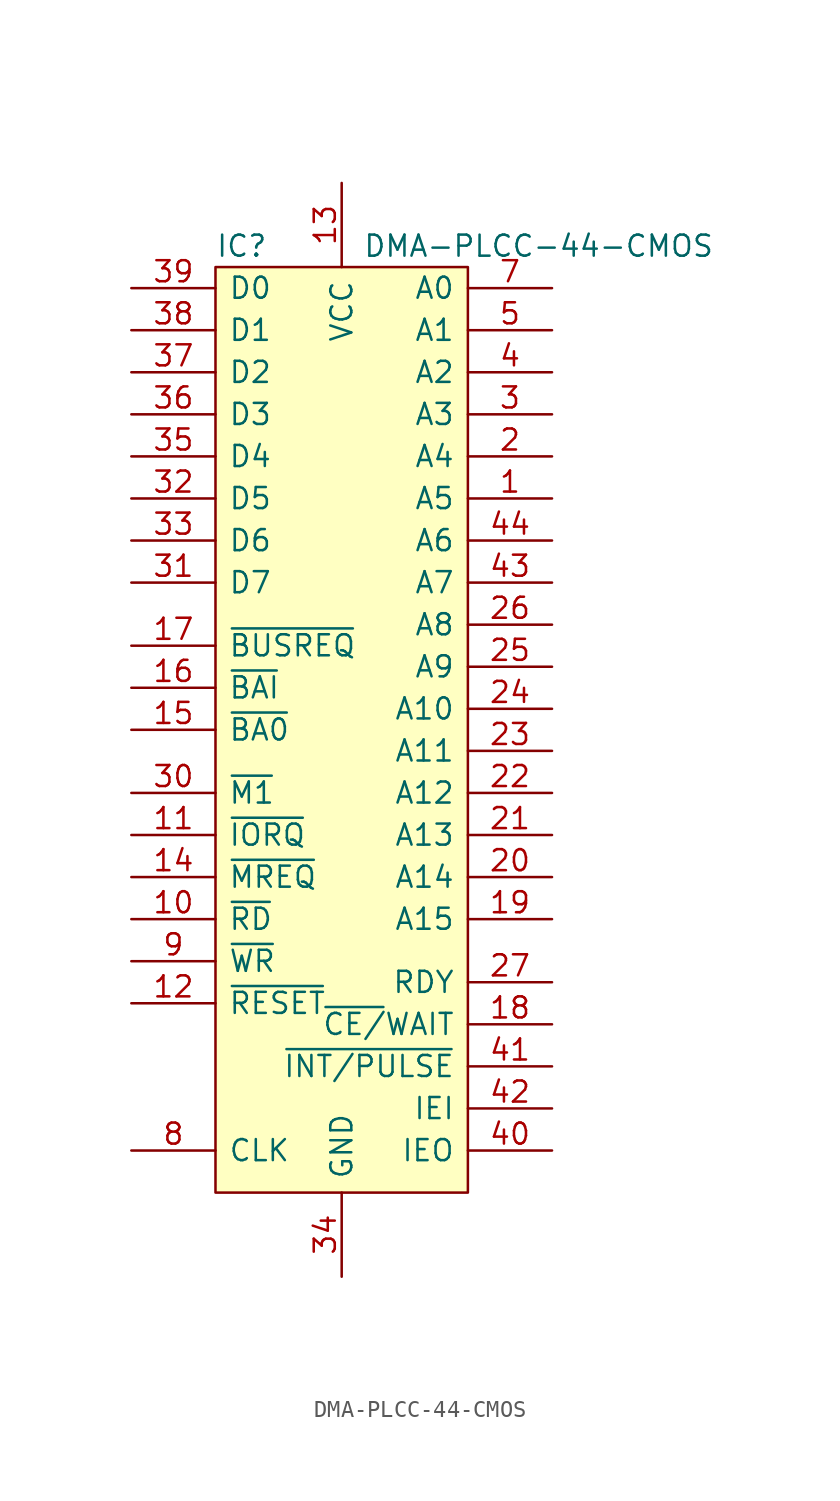
<source format=kicad_sym>
(kicad_symbol_lib
  (version 20211014)
  (generator kicad_symbol_editor)
  (symbol "DMA-PLCC-44-CMOS"
    (pin_names
      (offset 0.762))
    (property "Reference" "IC"
      (at 0 1.27 0)
      (effects (font (size 1.27 1.27)) (justify left)))
    (property "Value" "DMA-PLCC-44-CMOS"
      (at 8.89 1.27 0)
      (effects (font (size 1.27 1.27)) (justify left)))
    (symbol "DMA-PLCC-44-CMOS_0_0"
      (pin input line (at -5.08 -44.45 0) (length 5.08) (name "~{RESET}" (effects (font (size 1.27 1.27)))) (number "12" (effects (font (size 1.27 1.27)))))
      (pin no_connect line (at -2.54 -50.8 0) (length 2.54) hide (name "NC" (effects (font (size 1.27 1.27)))) (number "28" (effects (font (size 1.27 1.27)))))
      (pin no_connect line (at -2.54 -48.26 0) (length 2.54) hide (name "NC" (effects (font (size 1.27 1.27)))) (number "29" (effects (font (size 1.27 1.27))))))
    (symbol "DMA-PLCC-44-CMOS_1_1"
      (rectangle (start 0 0) (end 15.24 -55.88) (stroke (width 0) (type default) (color 0 0 0 0)) (fill (type background)))
      (pin bidirectional line (at 20.32 -13.97 180) (length 5.08) (name "A5" (effects (font (size 1.27 1.27)))) (number "1" (effects (font (size 1.27 1.27)))))
      (pin bidirectional line (at -5.08 -39.37 0) (length 5.08) (name "~{RD}" (effects (font (size 1.27 1.27)))) (number "10" (effects (font (size 1.27 1.27)))))
      (pin bidirectional line (at -5.08 -34.29 0) (length 5.08) (name "~{IORQ}" (effects (font (size 1.27 1.27)))) (number "11" (effects (font (size 1.27 1.27)))))
      (pin power_in line (at 7.62 5.08 270) (length 5.08) (name "VCC" (effects (font (size 1.27 1.27)))) (number "13" (effects (font (size 1.27 1.27)))))
      (pin bidirectional line (at -5.08 -36.83 0) (length 5.08) (name "~{MREQ}" (effects (font (size 1.27 1.27)))) (number "14" (effects (font (size 1.27 1.27)))))
      (pin output line (at -5.08 -27.94 0) (length 5.08) (name "~{BA0}" (effects (font (size 1.27 1.27)))) (number "15" (effects (font (size 1.27 1.27)))))
      (pin input line (at -5.08 -25.4 0) (length 5.08) (name "~{BAI}" (effects (font (size 1.27 1.27)))) (number "16" (effects (font (size 1.27 1.27)))))
      (pin bidirectional line (at -5.08 -22.86 0) (length 5.08) (name "~{BUSREQ}" (effects (font (size 1.27 1.27)))) (number "17" (effects (font (size 1.27 1.27)))))
      (pin input line (at 20.32 -45.72 180) (length 5.08) (name "~{CE/}WAIT" (effects (font (size 1.27 1.27)))) (number "18" (effects (font (size 1.27 1.27)))))
      (pin bidirectional line (at 20.32 -39.37 180) (length 5.08) (name "A15" (effects (font (size 1.27 1.27)))) (number "19" (effects (font (size 1.27 1.27)))))
      (pin bidirectional line (at 20.32 -11.43 180) (length 5.08) (name "A4" (effects (font (size 1.27 1.27)))) (number "2" (effects (font (size 1.27 1.27)))))
      (pin bidirectional line (at 20.32 -36.83 180) (length 5.08) (name "A14" (effects (font (size 1.27 1.27)))) (number "20" (effects (font (size 1.27 1.27)))))
      (pin bidirectional line (at 20.32 -34.29 180) (length 5.08) (name "A13" (effects (font (size 1.27 1.27)))) (number "21" (effects (font (size 1.27 1.27)))))
      (pin bidirectional line (at 20.32 -31.75 180) (length 5.08) (name "A12" (effects (font (size 1.27 1.27)))) (number "22" (effects (font (size 1.27 1.27)))))
      (pin bidirectional line (at 20.32 -29.21 180) (length 5.08) (name "A11" (effects (font (size 1.27 1.27)))) (number "23" (effects (font (size 1.27 1.27)))))
      (pin bidirectional line (at 20.32 -26.67 180) (length 5.08) (name "A10" (effects (font (size 1.27 1.27)))) (number "24" (effects (font (size 1.27 1.27)))))
      (pin bidirectional line (at 20.32 -24.13 180) (length 5.08) (name "A9" (effects (font (size 1.27 1.27)))) (number "25" (effects (font (size 1.27 1.27)))))
      (pin bidirectional line (at 20.32 -21.59 180) (length 5.08) (name "A8" (effects (font (size 1.27 1.27)))) (number "26" (effects (font (size 1.27 1.27)))))
      (pin input line (at 20.32 -43.18 180) (length 5.08) (name "RDY" (effects (font (size 1.27 1.27)))) (number "27" (effects (font (size 1.27 1.27)))))
      (pin bidirectional line (at 20.32 -8.89 180) (length 5.08) (name "A3" (effects (font (size 1.27 1.27)))) (number "3" (effects (font (size 1.27 1.27)))))
      (pin input line (at -5.08 -31.75 0) (length 5.08) (name "~{M1}" (effects (font (size 1.27 1.27)))) (number "30" (effects (font (size 1.27 1.27)))))
      (pin bidirectional line (at -5.08 -19.05 0) (length 5.08) (name "D7" (effects (font (size 1.27 1.27)))) (number "31" (effects (font (size 1.27 1.27)))))
      (pin bidirectional line (at -5.08 -13.97 0) (length 5.08) (name "D5" (effects (font (size 1.27 1.27)))) (number "32" (effects (font (size 1.27 1.27)))))
      (pin bidirectional line (at -5.08 -16.51 0) (length 5.08) (name "D6" (effects (font (size 1.27 1.27)))) (number "33" (effects (font (size 1.27 1.27)))))
      (pin power_in line (at 7.62 -60.96 90) (length 5.08) (name "GND" (effects (font (size 1.27 1.27)))) (number "34" (effects (font (size 1.27 1.27)))))
      (pin bidirectional line (at -5.08 -11.43 0) (length 5.08) (name "D4" (effects (font (size 1.27 1.27)))) (number "35" (effects (font (size 1.27 1.27)))))
      (pin bidirectional line (at -5.08 -8.89 0) (length 5.08) (name "D3" (effects (font (size 1.27 1.27)))) (number "36" (effects (font (size 1.27 1.27)))))
      (pin bidirectional line (at -5.08 -6.35 0) (length 5.08) (name "D2" (effects (font (size 1.27 1.27)))) (number "37" (effects (font (size 1.27 1.27)))))
      (pin bidirectional line (at -5.08 -3.81 0) (length 5.08) (name "D1" (effects (font (size 1.27 1.27)))) (number "38" (effects (font (size 1.27 1.27)))))
      (pin bidirectional line (at -5.08 -1.27 0) (length 5.08) (name "D0" (effects (font (size 1.27 1.27)))) (number "39" (effects (font (size 1.27 1.27)))))
      (pin bidirectional line (at 20.32 -6.35 180) (length 5.08) (name "A2" (effects (font (size 1.27 1.27)))) (number "4" (effects (font (size 1.27 1.27)))))
      (pin output line (at 20.32 -53.34 180) (length 5.08) (name "IEO" (effects (font (size 1.27 1.27)))) (number "40" (effects (font (size 1.27 1.27)))))
      (pin output line (at 20.32 -48.26 180) (length 5.08) (name "~{INT/PULSE}" (effects (font (size 1.27 1.27)))) (number "41" (effects (font (size 1.27 1.27)))))
      (pin input line (at 20.32 -50.8 180) (length 5.08) (name "IEI" (effects (font (size 1.27 1.27)))) (number "42" (effects (font (size 1.27 1.27)))))
      (pin bidirectional line (at 20.32 -19.05 180) (length 5.08) (name "A7" (effects (font (size 1.27 1.27)))) (number "43" (effects (font (size 1.27 1.27)))))
      (pin bidirectional line (at 20.32 -16.51 180) (length 5.08) (name "A6" (effects (font (size 1.27 1.27)))) (number "44" (effects (font (size 1.27 1.27)))))
      (pin bidirectional line (at 20.32 -3.81 180) (length 5.08) (name "A1" (effects (font (size 1.27 1.27)))) (number "5" (effects (font (size 1.27 1.27)))))
      (pin no_connect line (at -2.54 -45.72 0) (length 2.54) hide (name "NC" (effects (font (size 1.27 1.27)))) (number "6" (effects (font (size 1.27 1.27)))))
      (pin bidirectional line (at 20.32 -1.27 180) (length 5.08) (name "A0" (effects (font (size 1.27 1.27)))) (number "7" (effects (font (size 1.27 1.27)))))
      (pin input line (at -5.08 -53.34 0) (length 5.08) (name "CLK" (effects (font (size 1.27 1.27)))) (number "8" (effects (font (size 1.27 1.27)))))
      (pin bidirectional line (at -5.08 -41.91 0) (length 5.08) (name "~{WR}" (effects (font (size 1.27 1.27)))) (number "9" (effects (font (size 1.27 1.27))))))))
</source>
